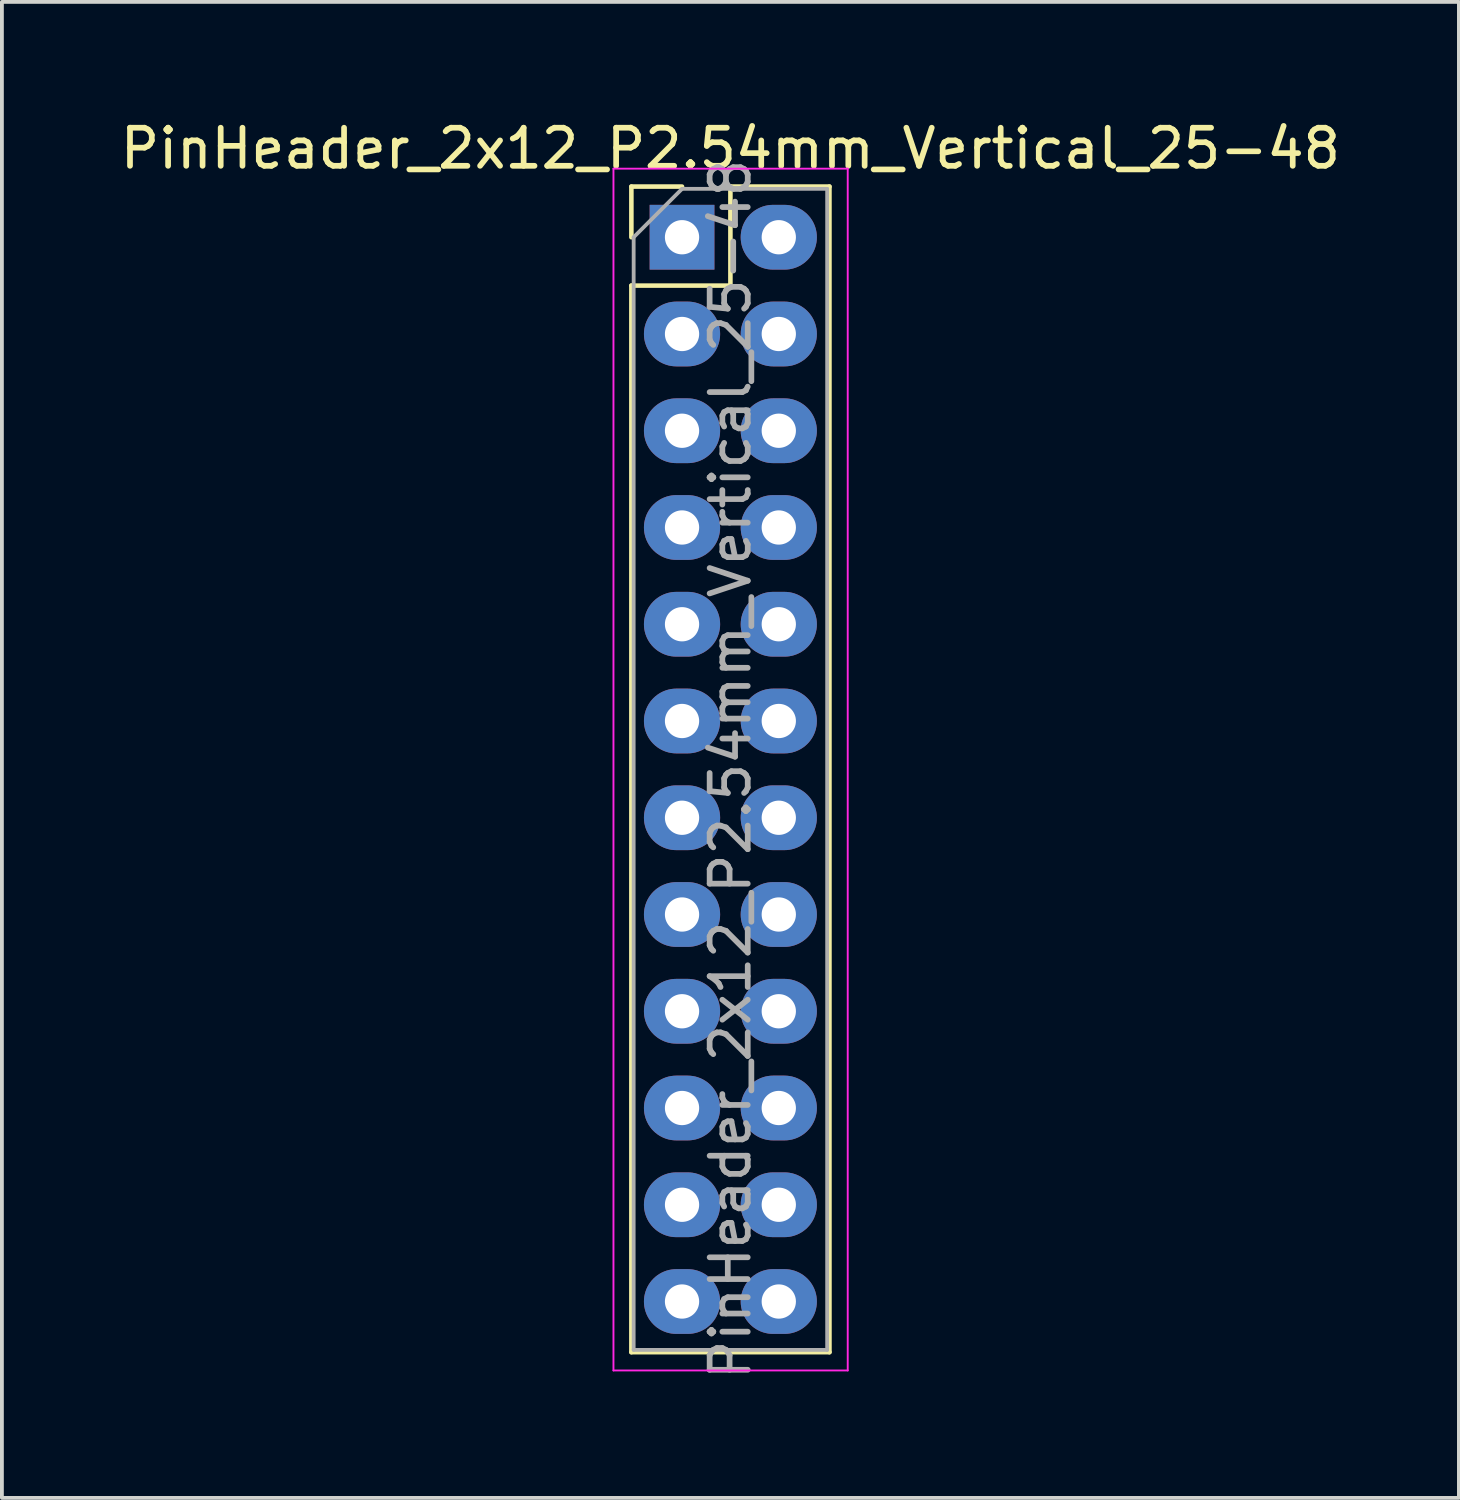
<source format=kicad_pcb>
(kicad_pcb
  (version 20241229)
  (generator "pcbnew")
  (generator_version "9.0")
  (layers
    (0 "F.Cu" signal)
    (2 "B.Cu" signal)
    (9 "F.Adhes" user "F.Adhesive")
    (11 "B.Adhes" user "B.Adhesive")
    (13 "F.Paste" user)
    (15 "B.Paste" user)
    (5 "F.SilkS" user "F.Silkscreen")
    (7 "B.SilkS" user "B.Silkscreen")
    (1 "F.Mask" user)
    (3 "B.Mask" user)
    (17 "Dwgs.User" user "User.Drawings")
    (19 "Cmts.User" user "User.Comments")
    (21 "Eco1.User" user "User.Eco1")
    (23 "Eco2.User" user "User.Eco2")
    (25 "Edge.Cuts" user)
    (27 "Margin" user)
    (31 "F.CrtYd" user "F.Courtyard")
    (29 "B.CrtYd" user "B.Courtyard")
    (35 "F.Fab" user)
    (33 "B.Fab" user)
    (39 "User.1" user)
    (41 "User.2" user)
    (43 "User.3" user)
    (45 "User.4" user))
  (footprint "PinHeader_2x12_P2.54mm_Vertical_25-48"
    (layer "F.Cu")
    (at 14.855 3.178)
    (property "Reference" "PinHeader_2x12_P2.54mm_Vertical_25-48" (at 1.27 -2.33 0) (layer "F.SilkS") (effects (font (size 1 1) (thickness 0.15))))
    (attr through_hole)
    (fp_line (start -1.33 -1.33) (end 0 -1.33) (stroke (width 0.12) (type solid)) (layer "F.SilkS"))
    (fp_line (start -1.33 0) (end -1.33 -1.33) (stroke (width 0.12) (type solid)) (layer "F.SilkS"))
    (fp_line (start -1.33 1.27) (end -1.33 29.27) (stroke (width 0.12) (type solid)) (layer "F.SilkS"))
    (fp_line (start -1.33 1.27) (end 1.27 1.27) (stroke (width 0.12) (type solid)) (layer "F.SilkS"))
    (fp_line (start -1.33 29.27) (end 3.87 29.27) (stroke (width 0.12) (type solid)) (layer "F.SilkS"))
    (fp_line (start 1.27 -1.33) (end 3.87 -1.33) (stroke (width 0.12) (type solid)) (layer "F.SilkS"))
    (fp_line (start 1.27 1.27) (end 1.27 -1.33) (stroke (width 0.12) (type solid)) (layer "F.SilkS"))
    (fp_line (start 3.87 -1.33) (end 3.87 29.27) (stroke (width 0.12) (type solid)) (layer "F.SilkS"))
    (fp_line (start -1.8 -1.8) (end -1.8 29.75) (stroke (width 0.05) (type solid)) (layer "F.CrtYd"))
    (fp_line (start -1.8 29.75) (end 4.35 29.75) (stroke (width 0.05) (type solid)) (layer "F.CrtYd"))
    (fp_line (start 4.35 -1.8) (end -1.8 -1.8) (stroke (width 0.05) (type solid)) (layer "F.CrtYd"))
    (fp_line (start 4.35 29.75) (end 4.35 -1.8) (stroke (width 0.05) (type solid)) (layer "F.CrtYd"))
    (fp_line (start -1.27 0) (end 0 -1.27) (stroke (width 0.1) (type solid)) (layer "F.Fab"))
    (fp_line (start -1.27 29.21) (end -1.27 0) (stroke (width 0.1) (type solid)) (layer "F.Fab"))
    (fp_line (start 0 -1.27) (end 3.81 -1.27) (stroke (width 0.1) (type solid)) (layer "F.Fab"))
    (fp_line (start 3.81 -1.27) (end 3.81 29.21) (stroke (width 0.1) (type solid)) (layer "F.Fab"))
    (fp_line (start 3.81 29.21) (end -1.27 29.21) (stroke (width 0.1) (type solid)) (layer "F.Fab"))
    (fp_text user "${REFERENCE}" (at 1.27 13.97 90) (layer "F.Fab") (effects (font (size 1 1) (thickness 0.15))))
    (pad "25" thru_hole oval (at 2.54 27.94) (size 2 1.7) (drill oval 0.9) (layers "*.Cu" "*.Mask"))
    (pad "26" thru_hole oval (at 0 27.94) (size 2 1.7) (drill oval 0.9) (layers "*.Cu" "*.Mask"))
    (pad "27" thru_hole oval (at 2.54 25.4) (size 2 1.7) (drill oval 0.9) (layers "*.Cu" "*.Mask"))
    (pad "28" thru_hole oval (at 0 25.4) (size 2 1.7) (drill oval 0.9) (layers "*.Cu" "*.Mask"))
    (pad "29" thru_hole oval (at 2.54 22.86) (size 2 1.7) (drill oval 0.9) (layers "*.Cu" "*.Mask"))
    (pad "30" thru_hole oval (at 0 22.86) (size 2 1.7) (drill oval 0.9) (layers "*.Cu" "*.Mask"))
    (pad "31" thru_hole oval (at 2.54 20.32) (size 2 1.7) (drill oval 0.9) (layers "*.Cu" "*.Mask"))
    (pad "32" thru_hole oval (at 0 20.32) (size 2 1.7) (drill oval 0.9) (layers "*.Cu" "*.Mask"))
    (pad "33" thru_hole oval (at 2.54 17.78) (size 2 1.7) (drill oval 0.9) (layers "*.Cu" "*.Mask"))
    (pad "34" thru_hole oval (at 0 17.78) (size 2 1.7) (drill oval 0.9) (layers "*.Cu" "*.Mask"))
    (pad "35" thru_hole oval (at 2.54 15.24) (size 2 1.7) (drill oval 0.9) (layers "*.Cu" "*.Mask"))
    (pad "36" thru_hole oval (at 0 15.24) (size 2 1.7) (drill oval 0.9) (layers "*.Cu" "*.Mask"))
    (pad "37" thru_hole oval (at 2.54 12.7) (size 2 1.7) (drill oval 0.9) (layers "*.Cu" "*.Mask"))
    (pad "38" thru_hole oval (at 0 12.7) (size 2 1.7) (drill oval 0.9) (layers "*.Cu" "*.Mask"))
    (pad "39" thru_hole oval (at 2.54 10.16) (size 2 1.7) (drill oval 0.9) (layers "*.Cu" "*.Mask"))
    (pad "40" thru_hole oval (at 0 10.16) (size 2 1.7) (drill oval 0.9) (layers "*.Cu" "*.Mask"))
    (pad "41" thru_hole oval (at 2.54 7.62) (size 2 1.7) (drill oval 0.9) (layers "*.Cu" "*.Mask"))
    (pad "42" thru_hole oval (at 0 7.62) (size 2 1.7) (drill oval 0.9) (layers "*.Cu" "*.Mask"))
    (pad "43" thru_hole oval (at 2.54 5.08) (size 2 1.7) (drill oval 0.9) (layers "*.Cu" "*.Mask"))
    (pad "44" thru_hole oval (at 0 5.08) (size 2 1.7) (drill oval 0.9) (layers "*.Cu" "*.Mask"))
    (pad "45" thru_hole oval (at 2.54 2.54) (size 2 1.7) (drill oval 0.9) (layers "*.Cu" "*.Mask"))
    (pad "46" thru_hole oval (at 0 2.54) (size 2 1.7) (drill oval 0.9) (layers "*.Cu" "*.Mask"))
    (pad "47" thru_hole oval (at 2.54 0) (size 2 1.7) (drill 0.9) (layers "*.Cu" "*.Mask"))
    (pad "48" thru_hole rect (at 0 0) (size 1.7 1.7) (drill 0.9) (layers "*.Cu" "*.Mask")))
  (gr_rect
    (start -3 -3)
    (end 35.25 36.273)
    (stroke (width 0.1) (type default))
    (fill no)
    (layer "Edge.Cuts")))
</source>
